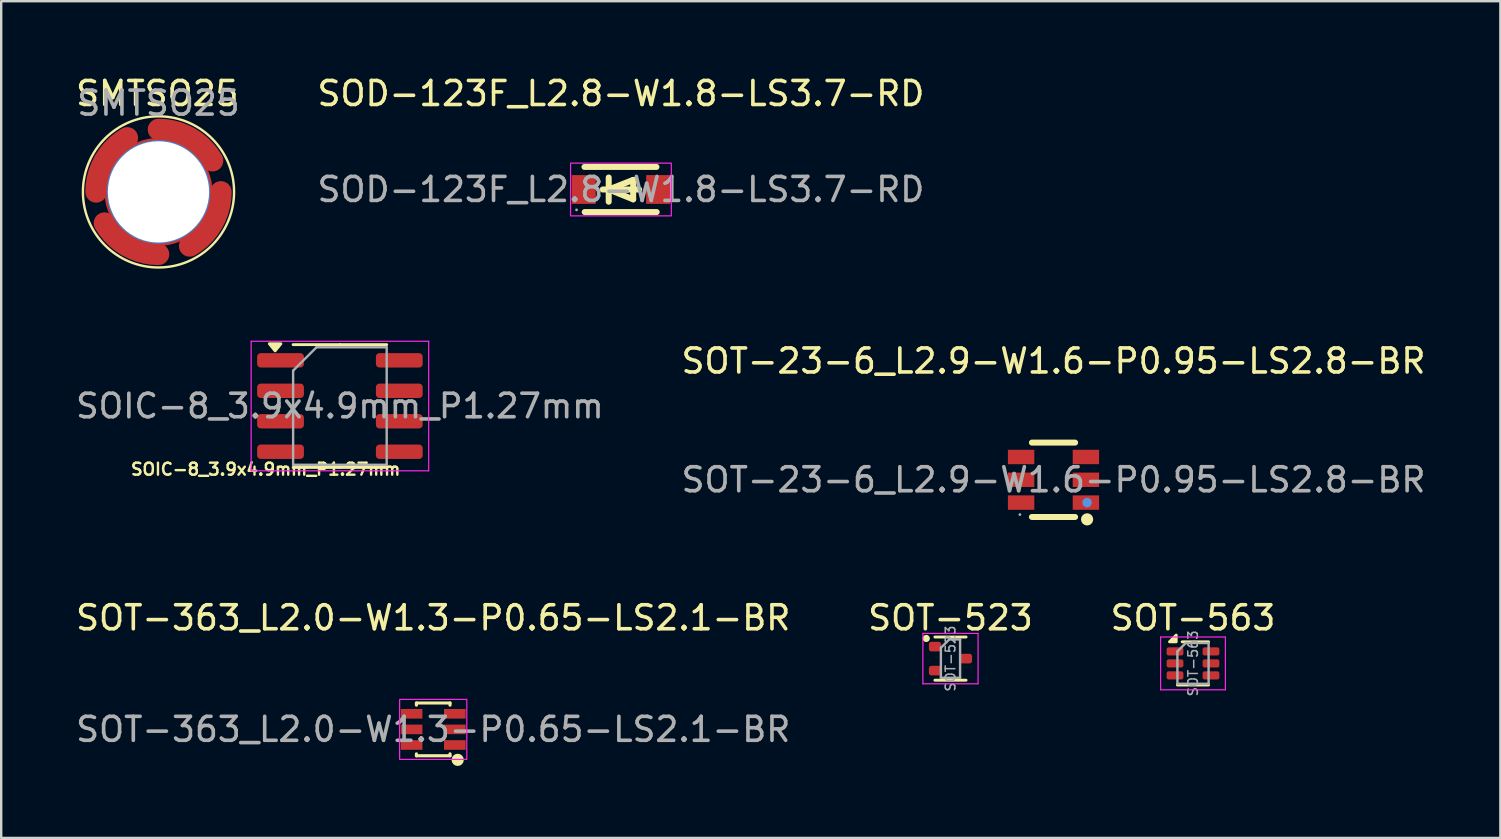
<source format=kicad_pcb>
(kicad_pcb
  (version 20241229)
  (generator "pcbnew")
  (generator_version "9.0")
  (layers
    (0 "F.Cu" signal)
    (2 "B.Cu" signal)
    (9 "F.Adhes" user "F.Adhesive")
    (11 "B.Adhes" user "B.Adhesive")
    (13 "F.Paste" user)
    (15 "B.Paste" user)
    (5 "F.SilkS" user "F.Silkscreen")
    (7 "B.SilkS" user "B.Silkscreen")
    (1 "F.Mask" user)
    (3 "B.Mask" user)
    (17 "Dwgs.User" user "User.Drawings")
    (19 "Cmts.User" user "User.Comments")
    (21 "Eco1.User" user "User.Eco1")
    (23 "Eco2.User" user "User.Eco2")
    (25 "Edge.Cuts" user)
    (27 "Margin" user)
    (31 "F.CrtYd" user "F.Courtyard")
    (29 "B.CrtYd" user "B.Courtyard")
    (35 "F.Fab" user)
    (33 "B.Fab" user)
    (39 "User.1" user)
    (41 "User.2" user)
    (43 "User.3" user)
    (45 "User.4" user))
  (footprint "SOT-363_L2.0-W1.3-P0.65-LS2.1-BR"
    (layer "F.Cu")
    (at 15.006 27.35)
    (property "Reference" "SOT-363_L2.0-W1.3-P0.65-LS2.1-BR" (at 0 -4.65 0) (layer "F.SilkS") (effects (font (size 1 1) (thickness 0.15))))
    (attr smd)
    (fp_line (start -0.7 -1.01) (end -0.7 -1.1) (stroke (width 0.13) (type solid)) (layer "F.SilkS"))
    (fp_line (start -0.7 1.1) (end -0.7 1.02) (stroke (width 0.13) (type solid)) (layer "F.SilkS"))
    (fp_line (start 0.7 -1.1) (end -0.7 -1.1) (stroke (width 0.13) (type solid)) (layer "F.SilkS"))
    (fp_line (start 0.7 -1.01) (end 0.7 -1.1) (stroke (width 0.13) (type solid)) (layer "F.SilkS"))
    (fp_line (start 0.7 1.1) (end -0.7 1.1) (stroke (width 0.13) (type solid)) (layer "F.SilkS"))
    (fp_line (start 0.7 1.1) (end 0.7 1.02) (stroke (width 0.13) (type solid)) (layer "F.SilkS"))
    (fp_circle (center 1.02 1.27) (end 1.15 1.27) (stroke (width 0.25) (type solid)) (fill no) (layer "F.SilkS"))
    (fp_rect (start 1.4 1.25) (end -1.4 -1.25) (stroke (width 0.05) (type default)) (fill no) (layer "F.CrtYd"))
    (fp_text user "${REFERENCE}" (at 0 0 0) (layer "F.Fab") (effects (font (size 1 1) (thickness 0.15))))
    (pad "1" smd rect (at 0.9 0.65 90) (size 0.4 0.9) (layers "F.Cu" "F.Mask" "F.Paste"))
    (pad "2" smd rect (at 0.9 0 90) (size 0.4 0.9) (layers "F.Cu" "F.Mask" "F.Paste"))
    (pad "3" smd rect (at 0.9 -0.65 90) (size 0.4 0.9) (layers "F.Cu" "F.Mask" "F.Paste"))
    (pad "4" smd rect (at -0.9 -0.65 90) (size 0.4 0.9) (layers "F.Cu" "F.Mask" "F.Paste"))
    (pad "5" smd rect (at -0.9 0 90) (size 0.4 0.9) (layers "F.Cu" "F.Mask" "F.Paste"))
    (pad "6" smd rect (at -0.9 0.65 90) (size 0.4 0.9) (layers "F.Cu" "F.Mask" "F.Paste")))
  (footprint "SOT-23-6_L2.9-W1.6-P0.95-LS2.8-BR"
    (layer "F.Cu")
    (at 40.859 16.947)
    (property "Reference" "SOT-23-6_L2.9-W1.6-P0.95-LS2.8-BR" (at 0 -4.95 0) (layer "F.SilkS") (effects (font (size 1 1) (thickness 0.15))))
    (attr smd)
    (fp_line (start -0.9 -1.55) (end 0.9 -1.55) (stroke (width 0.25) (type solid)) (layer "F.SilkS"))
    (fp_line (start -0.9 1.55) (end 0.9 1.55) (stroke (width 0.25) (type solid)) (layer "F.SilkS"))
    (fp_circle (center 1.4 1.65) (end 1.53 1.65) (stroke (width 0.25) (type solid)) (fill no) (layer "F.SilkS"))
    (fp_circle (center 1.4 0.95) (end 1.5 0.95) (stroke (width 0.2) (type solid)) (fill no) (layer "Cmts.User"))
    (fp_circle (center -1.4 1.45) (end -1.37 1.45) (stroke (width 0.06) (type solid)) (fill no) (layer "F.Fab"))
    (fp_text user "${REFERENCE}" (at 0 0 0) (layer "F.Fab") (effects (font (size 1 1) (thickness 0.15))))
    (pad "1" smd rect (at 1.35 0.95) (size 1.1 0.6) (layers "F.Cu" "F.Mask" "F.Paste"))
    (pad "2" smd rect (at 1.35 0) (size 1.1 0.6) (layers "F.Cu" "F.Mask" "F.Paste"))
    (pad "3" smd rect (at 1.35 -0.95) (size 1.1 0.6) (layers "F.Cu" "F.Mask" "F.Paste"))
    (pad "4" smd rect (at -1.35 -0.95) (size 1.1 0.6) (layers "F.Cu" "F.Mask" "F.Paste"))
    (pad "5" smd rect (at -1.35 0) (size 1.1 0.6) (layers "F.Cu" "F.Mask" "F.Paste"))
    (pad "6" smd rect (at -1.35 0.95) (size 1.1 0.6) (layers "F.Cu" "F.Mask" "F.Paste")))
  (footprint "SMTSO25"
    (layer "F.Cu")
    (at 3.556 4.948)
    (property "Reference" "SMTSO25" (at -0.05 -4.1 0) (layer "F.SilkS") (effects (font (size 1 1) (thickness 0.15))))
    (attr smd)
    (fp_circle (center 0 0) (end 3.15 0) (stroke (width 0.1) (type solid)) (fill no) (layer "F.SilkS"))
    (fp_text user "${REFERENCE}" (at 0 -3.7 0) (layer "F.Fab") (effects (font (size 1 1) (thickness 0.15))))
    (pad "1" smd custom (at -2.6 0) (size 0.1 0.1) (layers "F.Cu" "F.Mask" "F.Paste") (options (anchor circle)) (primitives (gr_arc (start 0 0) (mid 0.348334 -1.3) (end 1.3 -2.251666) (width 0.9))))
    (pad "1" smd custom (at 0 -2.6 270) (size 0.1 0.1) (layers "F.Cu" "F.Mask" "F.Paste") (options (anchor circle)) (primitives (gr_arc (start 0 0) (mid 0.348334 -1.3) (end 1.3 -2.251666) (width 0.9))))
    (pad "1" thru_hole circle (at 0 0) (size 4.32 4.32) (drill 4.22) (layers "*.Cu" "*.Mask"))
    (pad "1" smd circle (at 0 0) (size 4.5 4.5) (layers "F.Cu" "F.Mask"))
    (pad "1" smd custom (at 0 2.6 90) (size 0.1 0.1) (layers "F.Cu" "F.Mask" "F.Paste") (options (anchor circle)) (primitives (gr_arc (start 0 0) (mid 0.348334 -1.3) (end 1.3 -2.251666) (width 0.9))))
    (pad "1" smd custom (at 2.6 0 180) (size 0.1 0.1) (layers "F.Cu" "F.Mask" "F.Paste") (options (anchor circle)) (primitives (gr_arc (start 0 0) (mid 0.348334 -1.3) (end 1.3 -2.251666) (width 0.9)))))
  (footprint "SOT-523"
    (layer "F.Cu")
    (at 36.565 24.4)
    (property "Reference" "SOT-523" (at 0 -1.7 0) (layer "F.SilkS") (effects (font (size 1 1) (thickness 0.15))))
    (attr smd)
    (fp_line (start 0.65 -0.9) (end -0.65 -0.9) (stroke (width 0.12) (type solid)) (layer "F.SilkS"))
    (fp_line (start 0.65 0.9) (end -0.65 0.9) (stroke (width 0.12) (type solid)) (layer "F.SilkS"))
    (fp_circle (center -1.01 -0.84) (end -0.86 -0.84) (stroke (width 0) (type solid)) (fill yes) (layer "F.SilkS"))
    (fp_line (start -1.15 -1.05) (end -1.15 1.05) (stroke (width 0.05) (type solid)) (layer "F.CrtYd"))
    (fp_line (start -1.15 -1.05) (end 1.15 -1.05) (stroke (width 0.05) (type solid)) (layer "F.CrtYd"))
    (fp_line (start 1.15 1.05) (end -1.15 1.05) (stroke (width 0.05) (type solid)) (layer "F.CrtYd"))
    (fp_line (start 1.15 1.05) (end 1.15 -1.05) (stroke (width 0.05) (type solid)) (layer "F.CrtYd"))
    (fp_line (start -0.4 -0.45) (end -0.4 0.8) (stroke (width 0.1) (type solid)) (layer "F.Fab"))
    (fp_line (start -0.4 -0.45) (end -0.05 -0.8) (stroke (width 0.1) (type solid)) (layer "F.Fab"))
    (fp_line (start -0.4 0.8) (end 0.4 0.8) (stroke (width 0.1) (type solid)) (layer "F.Fab"))
    (fp_line (start 0.4 -0.8) (end -0.05 -0.8) (stroke (width 0.1) (type solid)) (layer "F.Fab"))
    (fp_line (start 0.4 0.8) (end 0.4 -0.8) (stroke (width 0.1) (type solid)) (layer "F.Fab"))
    (fp_text user "${REFERENCE}" (at 0 0 270) (layer "F.Fab") (effects (font (size 0.4 0.4) (thickness 0.062))))
    (pad "1" smd roundrect (at -0.645 -0.5 180) (size 0.51 0.4) (layers "F.Cu" "F.Mask" "F.Paste") (roundrect_rratio 0.25))
    (pad "2" smd roundrect (at -0.645 0.5 180) (size 0.51 0.4) (layers "F.Cu" "F.Mask" "F.Paste") (roundrect_rratio 0.25))
    (pad "3" smd roundrect (at 0.645 0 180) (size 0.51 0.4) (layers "F.Cu" "F.Mask" "F.Paste") (roundrect_rratio 0.25)))
  (footprint "SOD-123F_L2.8-W1.8-LS3.7-RD"
    (layer "F.Cu")
    (at 22.83 4.848)
    (property "Reference" "SOD-123F_L2.8-W1.8-LS3.7-RD" (at 0 -4 0) (layer "F.SilkS") (effects (font (size 1 1) (thickness 0.15))))
    (attr smd)
    (fp_line (start -1.52 -0.94) (end 1.48 -0.94) (stroke (width 0.25) (type solid)) (layer "F.SilkS"))
    (fp_line (start -1.51 0.94) (end 1.49 0.94) (stroke (width 0.25) (type solid)) (layer "F.SilkS"))
    (fp_line (start -0.76 0) (end 0.76 0) (stroke (width 0.25) (type solid)) (layer "F.SilkS"))
    (fp_line (start -0.51 -0.5) (end -0.51 0.51) (stroke (width 0.25) (type solid)) (layer "F.SilkS"))
    (fp_line (start -0.51 0) (end 0.51 -0.4) (stroke (width 0.25) (type solid)) (layer "F.SilkS"))
    (fp_line (start 0.51 -0.4) (end 0.51 0.41) (stroke (width 0.25) (type solid)) (layer "F.SilkS"))
    (fp_line (start 0.51 0.41) (end -0.51 0) (stroke (width 0.25) (type solid)) (layer "F.SilkS"))
    (fp_rect (start -2.1 -1.1) (end 2.1 1.1) (stroke (width 0.05) (type default)) (fill no) (layer "F.CrtYd"))
    (fp_circle (center -1.85 0.85) (end -1.82 0.85) (stroke (width 0.06) (type solid)) (fill no) (layer "F.Fab"))
    (fp_text user "${REFERENCE}" (at 0 0 0) (layer "F.Fab") (effects (font (size 1 1) (thickness 0.15))))
    (pad "1" smd rect (at -1.55 0) (size 1 1.2) (layers "F.Cu" "F.Mask" "F.Paste"))
    (pad "2" smd rect (at 1.55 0) (size 1 1.2) (layers "F.Cu" "F.Mask" "F.Paste")))
  (footprint "SOT-563"
    (layer "F.Cu")
    (at 46.673 24.6)
    (property "Reference" "SOT-563" (at 0 -1.9 0) (layer "F.SilkS") (effects (font (size 1 1) (thickness 0.15))))
    (attr smd)
    (fp_line (start 0.65 -0.9) (end -0.45 -0.9) (stroke (width 0.12) (type solid)) (layer "F.SilkS"))
    (fp_line (start 0.65 0.9) (end -0.65 0.9) (stroke (width 0.12) (type solid)) (layer "F.SilkS"))
    (fp_poly (pts (xy -0.7 -0.9) (xy -0.98 -0.9) (xy -0.7 -1.18) (xy -0.7 -0.9)) (stroke (width 0.12) (type solid)) (fill yes) (layer "F.SilkS"))
    (fp_line (start -1.35 -1.1) (end -1.35 1.1) (stroke (width 0.05) (type solid)) (layer "F.CrtYd"))
    (fp_line (start -1.35 -1.1) (end 1.35 -1.1) (stroke (width 0.05) (type solid)) (layer "F.CrtYd"))
    (fp_line (start 1.35 1.1) (end -1.35 1.1) (stroke (width 0.05) (type solid)) (layer "F.CrtYd"))
    (fp_line (start 1.35 1.1) (end 1.35 -1.1) (stroke (width 0.05) (type solid)) (layer "F.CrtYd"))
    (fp_line (start -0.65 -0.5) (end -0.65 0.85) (stroke (width 0.1) (type solid)) (layer "F.Fab"))
    (fp_line (start -0.65 -0.5) (end -0.3 -0.85) (stroke (width 0.1) (type solid)) (layer "F.Fab"))
    (fp_line (start -0.65 0.85) (end 0.65 0.85) (stroke (width 0.1) (type solid)) (layer "F.Fab"))
    (fp_line (start 0.65 -0.85) (end -0.3 -0.85) (stroke (width 0.1) (type solid)) (layer "F.Fab"))
    (fp_line (start 0.65 0.85) (end 0.65 -0.85) (stroke (width 0.1) (type solid)) (layer "F.Fab"))
    (fp_text user "${REFERENCE}" (at 0 0 270) (layer "F.Fab") (effects (font (size 0.4 0.4) (thickness 0.062))))
    (pad "1" smd roundrect (at -0.75 -0.5) (size 0.7 0.34) (layers "F.Cu" "F.Mask" "F.Paste") (roundrect_rratio 0.25))
    (pad "2" smd roundrect (at -0.75 0) (size 0.7 0.34) (layers "F.Cu" "F.Mask" "F.Paste") (roundrect_rratio 0.25))
    (pad "3" smd roundrect (at -0.75 0.5) (size 0.7 0.34) (layers "F.Cu" "F.Mask" "F.Paste") (roundrect_rratio 0.25))
    (pad "4" smd roundrect (at 0.75 0.5) (size 0.7 0.34) (layers "F.Cu" "F.Mask" "F.Paste") (roundrect_rratio 0.25))
    (pad "5" smd roundrect (at 0.75 0) (size 0.7 0.34) (layers "F.Cu" "F.Mask" "F.Paste") (roundrect_rratio 0.25))
    (pad "6" smd roundrect (at 0.75 -0.5) (size 0.7 0.34) (layers "F.Cu" "F.Mask" "F.Paste") (roundrect_rratio 0.25)))
  (footprint "SOIC-8_3.9x4.9mm_P1.27mm"
    (layer "F.Cu")
    (at 11.117 13.873)
    (property "Reference" "SOIC-8_3.9x4.9mm_P1.27mm" (at -3.095 2.635 180) (layer "F.SilkS") (effects (font (size 0.5 0.5) (thickness 0.1))))
    (attr smd)
    (fp_line (start 0 -2.56) (end -1.95 -2.56) (stroke (width 0.12) (type solid)) (layer "F.SilkS"))
    (fp_line (start 0 -2.56) (end 1.95 -2.56) (stroke (width 0.12) (type solid)) (layer "F.SilkS"))
    (fp_line (start 0 2.56) (end -1.95 2.56) (stroke (width 0.12) (type solid)) (layer "F.SilkS"))
    (fp_line (start 0 2.56) (end 1.95 2.56) (stroke (width 0.12) (type solid)) (layer "F.SilkS"))
    (fp_poly (pts (xy -2.7 -2.3) (xy -2.94 -2.595) (xy -2.46 -2.595) (xy -2.7 -2.3)) (stroke (width 0.12) (type solid)) (fill yes) (layer "F.SilkS"))
    (fp_line (start -3.7 -2.7) (end -3.7 2.7) (stroke (width 0.05) (type solid)) (layer "F.CrtYd"))
    (fp_line (start -3.7 2.7) (end 3.7 2.7) (stroke (width 0.05) (type solid)) (layer "F.CrtYd"))
    (fp_line (start 3.7 -2.7) (end -3.7 -2.7) (stroke (width 0.05) (type solid)) (layer "F.CrtYd"))
    (fp_line (start 3.7 2.7) (end 3.7 -2.7) (stroke (width 0.05) (type solid)) (layer "F.CrtYd"))
    (fp_line (start -1.95 -1.475) (end -0.975 -2.45) (stroke (width 0.1) (type solid)) (layer "F.Fab"))
    (fp_line (start -1.95 2.45) (end -1.95 -1.475) (stroke (width 0.1) (type solid)) (layer "F.Fab"))
    (fp_line (start -0.975 -2.45) (end 1.95 -2.45) (stroke (width 0.1) (type solid)) (layer "F.Fab"))
    (fp_line (start 1.95 -2.45) (end 1.95 2.45) (stroke (width 0.1) (type solid)) (layer "F.Fab"))
    (fp_line (start 1.95 2.45) (end -1.95 2.45) (stroke (width 0.1) (type solid)) (layer "F.Fab"))
    (fp_text user "${REFERENCE}" (at 0 0 180) (layer "F.Fab") (effects (font (size 0.98 0.98) (thickness 0.15))))
    (pad "1" smd roundrect (at -2.475 -1.905) (size 1.95 0.6) (layers "F.Cu" "F.Mask" "F.Paste") (roundrect_rratio 0.25))
    (pad "2" smd roundrect (at -2.475 -0.635) (size 1.95 0.6) (layers "F.Cu" "F.Mask" "F.Paste") (roundrect_rratio 0.25))
    (pad "3" smd roundrect (at -2.475 0.635) (size 1.95 0.6) (layers "F.Cu" "F.Mask" "F.Paste") (roundrect_rratio 0.25))
    (pad "4" smd roundrect (at -2.475 1.905) (size 1.95 0.6) (layers "F.Cu" "F.Mask" "F.Paste") (roundrect_rratio 0.25))
    (pad "5" smd roundrect (at 2.475 1.905) (size 1.95 0.6) (layers "F.Cu" "F.Mask" "F.Paste") (roundrect_rratio 0.25))
    (pad "6" smd roundrect (at 2.475 0.635) (size 1.95 0.6) (layers "F.Cu" "F.Mask" "F.Paste") (roundrect_rratio 0.25))
    (pad "7" smd roundrect (at 2.475 -0.635) (size 1.95 0.6) (layers "F.Cu" "F.Mask" "F.Paste") (roundrect_rratio 0.25))
    (pad "8" smd roundrect (at 2.475 -1.905) (size 1.95 0.6) (layers "F.Cu" "F.Mask" "F.Paste") (roundrect_rratio 0.25)))
  (gr_rect
    (start -3 -3)
    (end 59.484 31.875)
    (stroke (width 0.1) (type default))
    (fill no)
    (layer "Edge.Cuts")))
</source>
